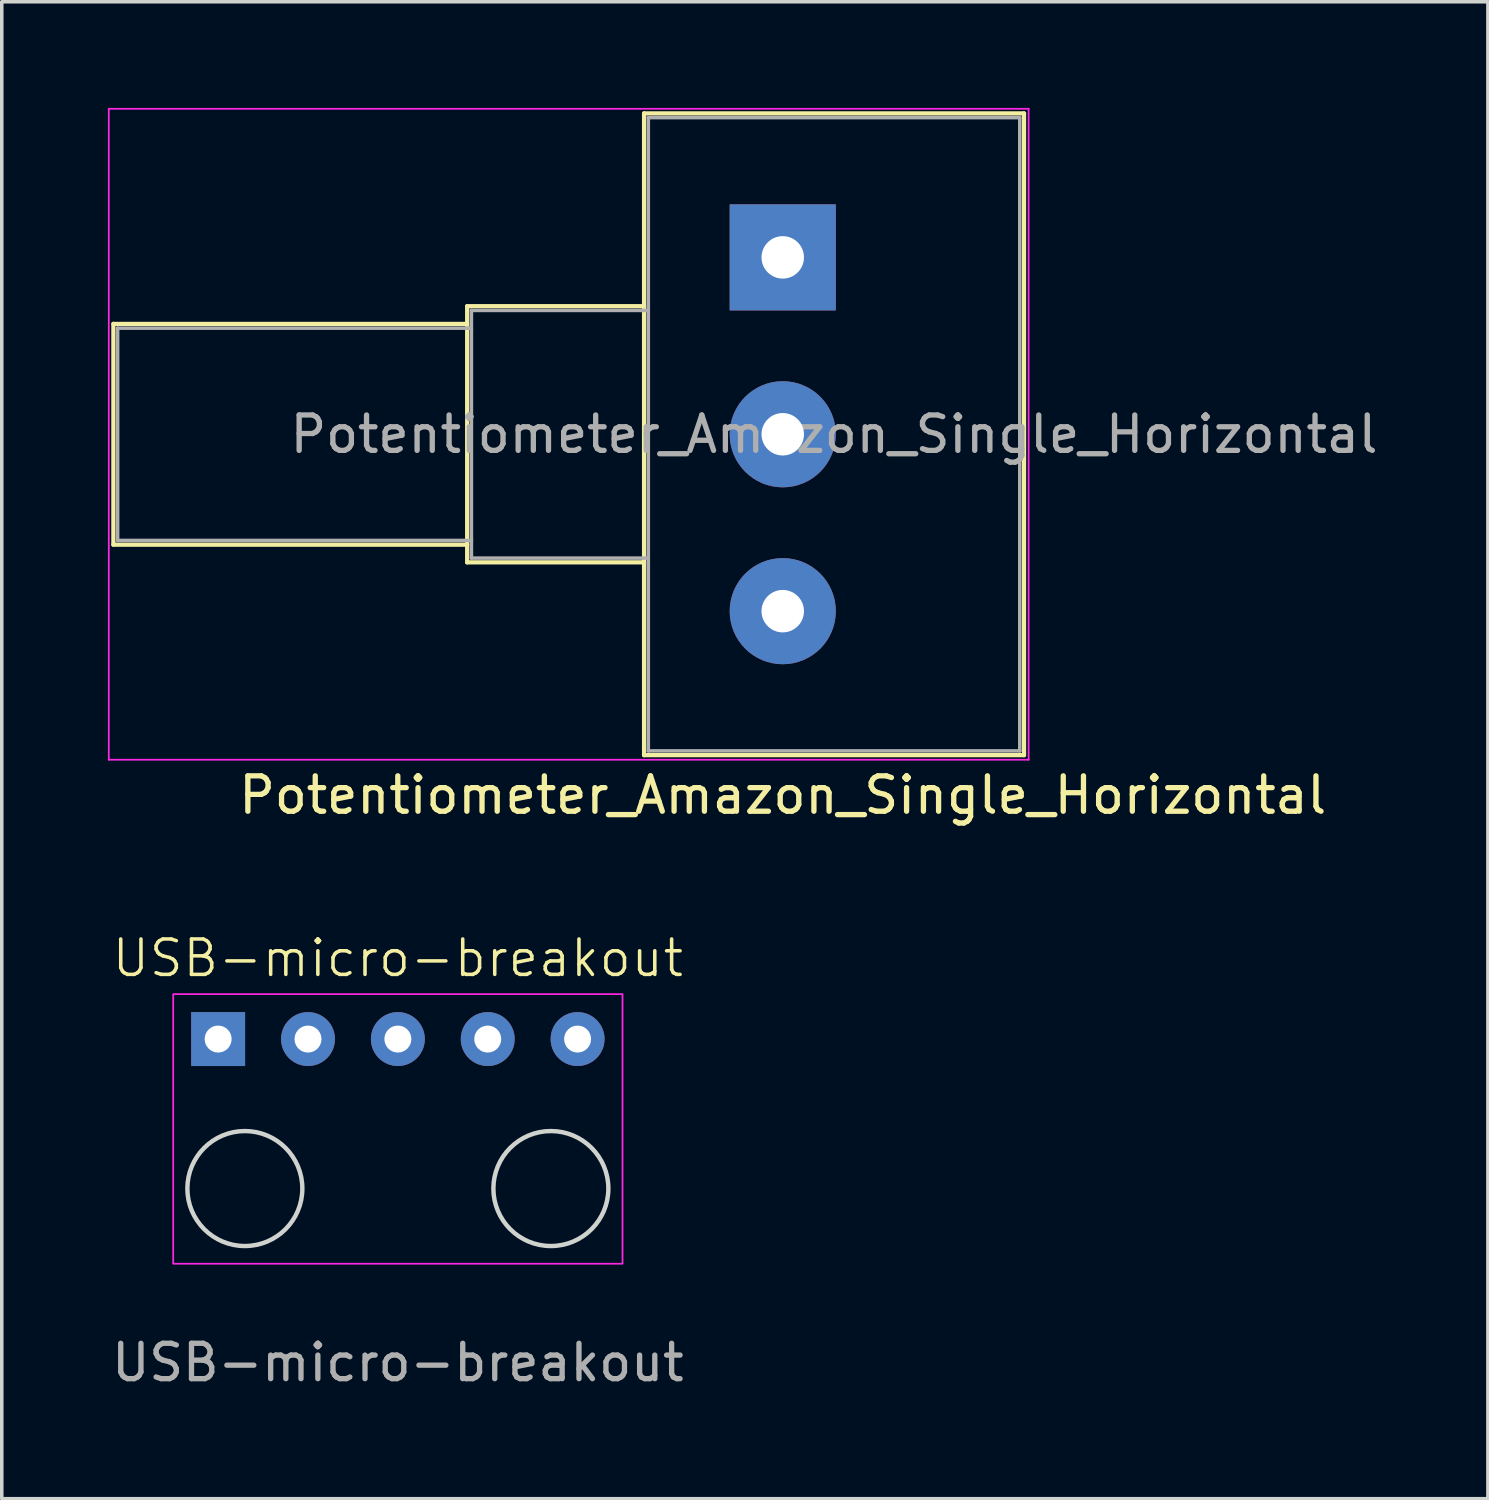
<source format=kicad_pcb>
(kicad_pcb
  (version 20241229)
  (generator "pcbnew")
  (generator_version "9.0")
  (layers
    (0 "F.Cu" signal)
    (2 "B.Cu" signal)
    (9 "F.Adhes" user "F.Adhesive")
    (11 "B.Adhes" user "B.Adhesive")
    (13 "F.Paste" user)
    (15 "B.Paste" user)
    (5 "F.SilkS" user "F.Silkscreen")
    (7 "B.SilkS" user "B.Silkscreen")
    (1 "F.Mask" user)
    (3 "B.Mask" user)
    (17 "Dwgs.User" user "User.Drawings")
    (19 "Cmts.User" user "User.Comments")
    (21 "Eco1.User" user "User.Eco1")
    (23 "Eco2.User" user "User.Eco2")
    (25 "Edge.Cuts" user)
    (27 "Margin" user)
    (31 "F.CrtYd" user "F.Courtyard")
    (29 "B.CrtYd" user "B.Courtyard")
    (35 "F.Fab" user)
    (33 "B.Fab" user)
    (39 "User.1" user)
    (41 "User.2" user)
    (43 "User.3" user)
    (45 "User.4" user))
  (footprint "Potentiometer_Amazon_Single_Horizontal"
    (layer "F.Cu")
    (at 19.075 4.225)
    (property "Reference" "Potentiometer_Amazon_Single_Horizontal" (at 0 15.2 180) (layer "F.SilkS") (effects (font (size 1 1) (thickness 0.15))))
    (attr through_hole)
    (fp_line (start -18.92 8.12) (end -18.92 1.88) (stroke (width 0.12) (type solid)) (layer "F.SilkS"))
    (fp_line (start -8.92 1.88) (end -18.92 1.88) (stroke (width 0.12) (type solid)) (layer "F.SilkS"))
    (fp_line (start -8.92 8.12) (end -18.92 8.12) (stroke (width 0.12) (type solid)) (layer "F.SilkS"))
    (fp_line (start -8.92 8.62) (end -8.92 1.38) (stroke (width 0.12) (type solid)) (layer "F.SilkS"))
    (fp_line (start -3.92 1.38) (end -8.92 1.38) (stroke (width 0.12) (type solid)) (layer "F.SilkS"))
    (fp_line (start -3.92 8.62) (end -8.92 8.62) (stroke (width 0.12) (type solid)) (layer "F.SilkS"))
    (fp_line (start -3.92 14.07) (end -3.92 -4.07) (stroke (width 0.12) (type solid)) (layer "F.SilkS"))
    (fp_line (start 6.82 -4.07) (end -3.92 -4.07) (stroke (width 0.12) (type solid)) (layer "F.SilkS"))
    (fp_line (start 6.82 14.07) (end -3.92 14.07) (stroke (width 0.12) (type solid)) (layer "F.SilkS"))
    (fp_line (start 6.82 14.07) (end 6.82 -4.07) (stroke (width 0.12) (type solid)) (layer "F.SilkS"))
    (fp_line (start -19.05 -4.2) (end -19.05 14.2) (stroke (width 0.05) (type solid)) (layer "F.CrtYd"))
    (fp_line (start -19.05 14.2) (end 6.95 14.2) (stroke (width 0.05) (type solid)) (layer "F.CrtYd"))
    (fp_line (start 6.95 -4.2) (end -19.05 -4.2) (stroke (width 0.05) (type solid)) (layer "F.CrtYd"))
    (fp_line (start 6.95 14.2) (end 6.95 -4.2) (stroke (width 0.05) (type solid)) (layer "F.CrtYd"))
    (fp_line (start -18.8 2) (end -18.8 8) (stroke (width 0.1) (type solid)) (layer "F.Fab"))
    (fp_line (start -18.8 8) (end -8.8 8) (stroke (width 0.1) (type solid)) (layer "F.Fab"))
    (fp_line (start -8.8 1.5) (end -8.8 8.5) (stroke (width 0.1) (type solid)) (layer "F.Fab"))
    (fp_line (start -8.8 2) (end -18.8 2) (stroke (width 0.1) (type solid)) (layer "F.Fab"))
    (fp_line (start -8.8 8.5) (end -3.8 8.5) (stroke (width 0.1) (type solid)) (layer "F.Fab"))
    (fp_line (start -3.8 -3.95) (end -3.8 13.95) (stroke (width 0.1) (type solid)) (layer "F.Fab"))
    (fp_line (start -3.8 1.5) (end -8.8 1.5) (stroke (width 0.1) (type solid)) (layer "F.Fab"))
    (fp_line (start -3.8 13.95) (end 6.7 13.95) (stroke (width 0.1) (type solid)) (layer "F.Fab"))
    (fp_line (start 6.7 -3.95) (end -3.8 -3.95) (stroke (width 0.1) (type solid)) (layer "F.Fab"))
    (fp_line (start 6.7 13.95) (end 6.7 -3.95) (stroke (width 0.1) (type solid)) (layer "F.Fab"))
    (fp_text user "${REFERENCE}" (at 1.45 5 180) (layer "F.Fab") (effects (font (size 1 1) (thickness 0.15))))
    (pad "1" thru_hole rect (at 0 0 180) (size 3 3) (drill 1.2) (layers "*.Cu" "*.Mask"))
    (pad "2" thru_hole circle (at 0 5 180) (size 3 3) (drill 1.2) (layers "*.Cu" "*.Mask"))
    (pad "3" thru_hole circle (at 0 10 180) (size 3 3) (drill 1.2) (layers "*.Cu" "*.Mask")))
  (footprint "USB-micro-breakout"
    (layer "F.Cu")
    (at 8.196 26.32)
    (property "Reference" "USB-micro-breakout" (at 0 -2.286 0) (unlocked yes) (layer "F.SilkS") (effects (font (size 1 1) (thickness 0.1))))
    (attr through_hole)
    (private_layers "User.1")
    (fp_circle (center -4.325 4.225) (end -2.7 4.225) (stroke (width 0.125) (type default)) (fill no) (layer "Edge.Cuts"))
    (fp_circle (center 4.325 4.225) (end 5.95 4.225) (stroke (width 0.125) (type default)) (fill no) (layer "Edge.Cuts"))
    (fp_rect (start -6.35 -1.27) (end 6.35 6.35) (stroke (width 0.05) (type default)) (fill no) (layer "F.CrtYd"))
    (fp_text user "${REFERENCE}" (at 0 9.144 0) (unlocked yes) (layer "F.Fab") (effects (font (size 1 1) (thickness 0.15))))
    (pad "1" thru_hole rect (at -5.08 0) (size 1.524 1.524) (drill 0.762) (layers "*.Cu" "*.Mask"))
    (pad "2" thru_hole circle (at -2.54 0) (size 1.524 1.524) (drill 0.762) (layers "*.Cu" "*.Mask"))
    (pad "3" thru_hole circle (at 0 0) (size 1.524 1.524) (drill 0.762) (layers "*.Cu" "*.Mask"))
    (pad "4" thru_hole circle (at 2.54 0) (size 1.524 1.524) (drill 0.762) (layers "*.Cu" "*.Mask"))
    (pad "5" thru_hole circle (at 5.08 0) (size 1.524 1.524) (drill 0.762) (layers "*.Cu" "*.Mask")))
  (gr_rect
    (start -3 -3)
    (end 39.007 39.312)
    (stroke (width 0.1) (type default))
    (fill no)
    (layer "Edge.Cuts")))
</source>
